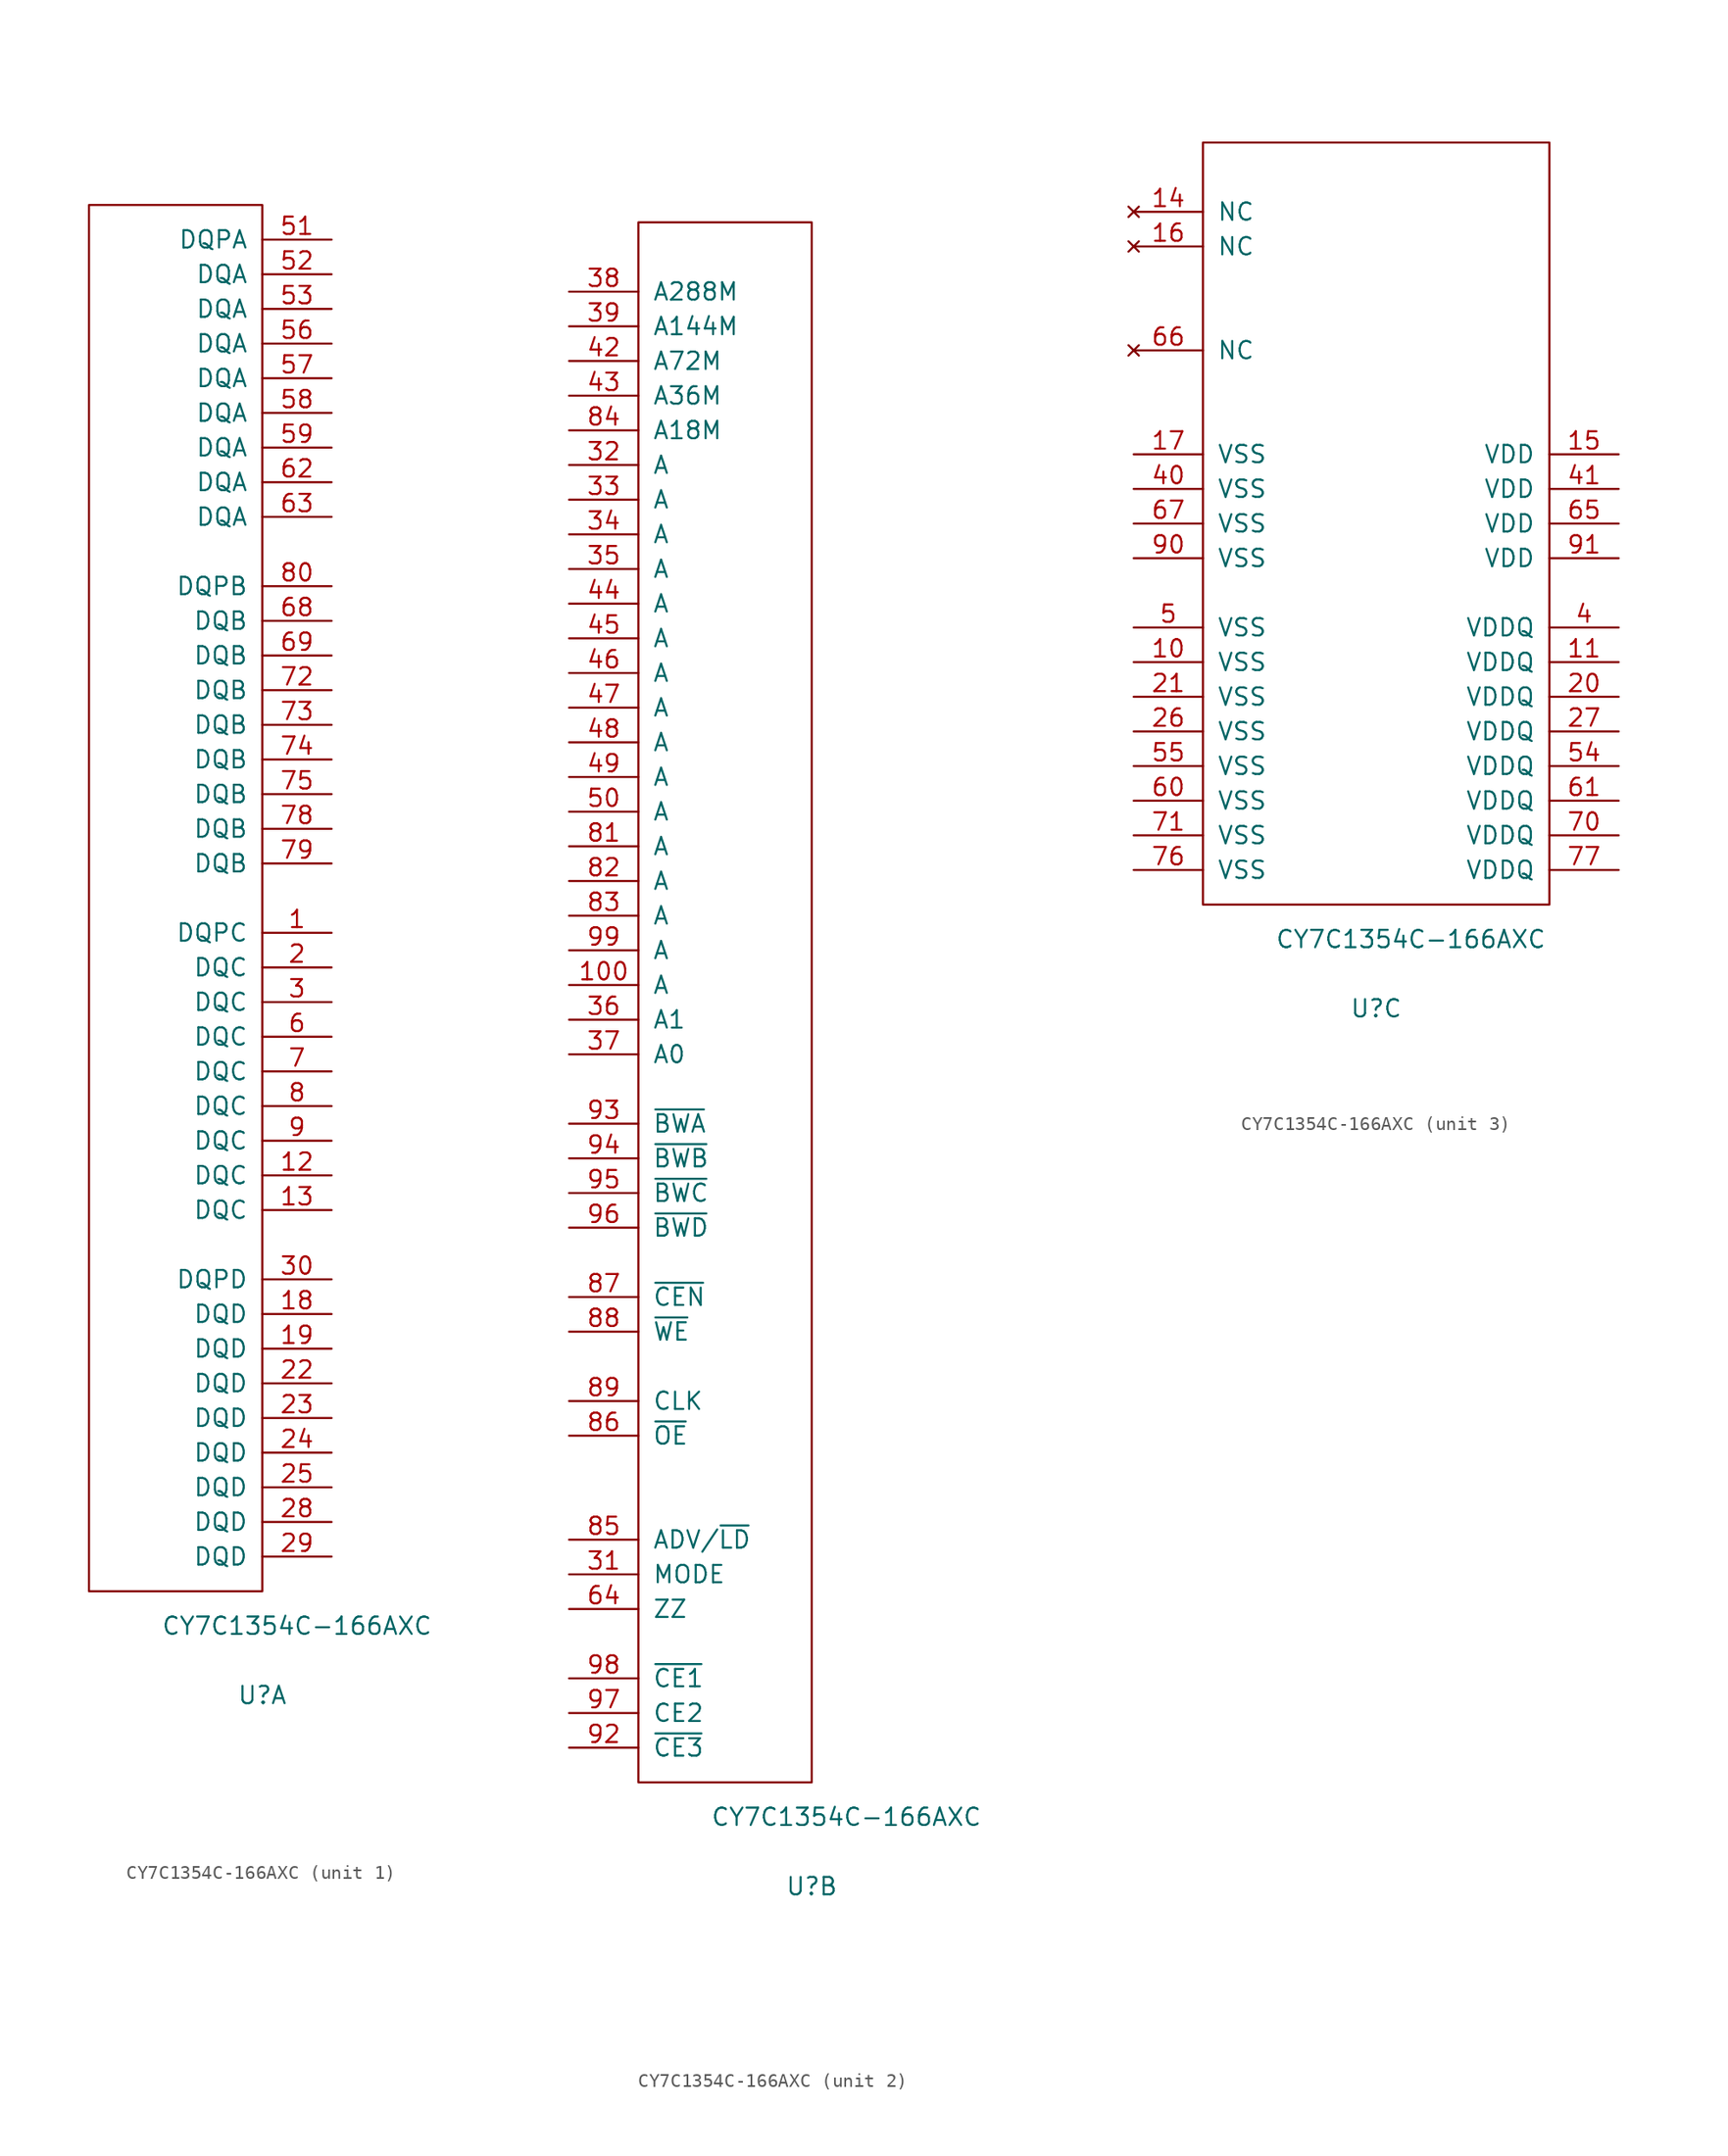
<source format=kicad_sym>
(kicad_symbol_lib
  (version 20220914)
  (generator kicad_symbol_editor)
  (symbol "CY7C1354C-166AXC"
    (pin_names
      (offset 1.016))
    (property "Reference" "U"
      (at 12.7 -7.62 0)
      (effects (font (size 1.27 1.27))))
    (property "Value" "CY7C1354C-166AXC"
      (at 15.24 -2.54 0)
      (effects (font (size 1.27 1.27))))
    (property "ki_locked" ""
      (at 0 0 0)
      (effects (font (size 1.27 1.27))))
    (symbol "CY7C1354C-166AXC_1_1"
      (rectangle (start 0 101.6) (end 12.7 0) (stroke (width 0) (type solid)) (fill (type none)))
      (pin bidirectional line (at 17.78 48.26 180) (length 5.08) (name "DQPC" (effects (font (size 1.27 1.27)))) (number "1" (effects (font (size 1.27 1.27)))))
      (pin bidirectional line (at 17.78 30.48 180) (length 5.08) (name "DQC" (effects (font (size 1.27 1.27)))) (number "12" (effects (font (size 1.27 1.27)))))
      (pin bidirectional line (at 17.78 27.94 180) (length 5.08) (name "DQC" (effects (font (size 1.27 1.27)))) (number "13" (effects (font (size 1.27 1.27)))))
      (pin bidirectional line (at 17.78 20.32 180) (length 5.08) (name "DQD" (effects (font (size 1.27 1.27)))) (number "18" (effects (font (size 1.27 1.27)))))
      (pin bidirectional line (at 17.78 17.78 180) (length 5.08) (name "DQD" (effects (font (size 1.27 1.27)))) (number "19" (effects (font (size 1.27 1.27)))))
      (pin bidirectional line (at 17.78 45.72 180) (length 5.08) (name "DQC" (effects (font (size 1.27 1.27)))) (number "2" (effects (font (size 1.27 1.27)))))
      (pin bidirectional line (at 17.78 15.24 180) (length 5.08) (name "DQD" (effects (font (size 1.27 1.27)))) (number "22" (effects (font (size 1.27 1.27)))))
      (pin bidirectional line (at 17.78 12.7 180) (length 5.08) (name "DQD" (effects (font (size 1.27 1.27)))) (number "23" (effects (font (size 1.27 1.27)))))
      (pin bidirectional line (at 17.78 10.16 180) (length 5.08) (name "DQD" (effects (font (size 1.27 1.27)))) (number "24" (effects (font (size 1.27 1.27)))))
      (pin bidirectional line (at 17.78 7.62 180) (length 5.08) (name "DQD" (effects (font (size 1.27 1.27)))) (number "25" (effects (font (size 1.27 1.27)))))
      (pin bidirectional line (at 17.78 5.08 180) (length 5.08) (name "DQD" (effects (font (size 1.27 1.27)))) (number "28" (effects (font (size 1.27 1.27)))))
      (pin bidirectional line (at 17.78 2.54 180) (length 5.08) (name "DQD" (effects (font (size 1.27 1.27)))) (number "29" (effects (font (size 1.27 1.27)))))
      (pin bidirectional line (at 17.78 43.18 180) (length 5.08) (name "DQC" (effects (font (size 1.27 1.27)))) (number "3" (effects (font (size 1.27 1.27)))))
      (pin bidirectional line (at 17.78 22.86 180) (length 5.08) (name "DQPD" (effects (font (size 1.27 1.27)))) (number "30" (effects (font (size 1.27 1.27)))))
      (pin bidirectional line (at 17.78 99.06 180) (length 5.08) (name "DQPA" (effects (font (size 1.27 1.27)))) (number "51" (effects (font (size 1.27 1.27)))))
      (pin bidirectional line (at 17.78 96.52 180) (length 5.08) (name "DQA" (effects (font (size 1.27 1.27)))) (number "52" (effects (font (size 1.27 1.27)))))
      (pin bidirectional line (at 17.78 93.98 180) (length 5.08) (name "DQA" (effects (font (size 1.27 1.27)))) (number "53" (effects (font (size 1.27 1.27)))))
      (pin bidirectional line (at 17.78 91.44 180) (length 5.08) (name "DQA" (effects (font (size 1.27 1.27)))) (number "56" (effects (font (size 1.27 1.27)))))
      (pin bidirectional line (at 17.78 88.9 180) (length 5.08) (name "DQA" (effects (font (size 1.27 1.27)))) (number "57" (effects (font (size 1.27 1.27)))))
      (pin bidirectional line (at 17.78 86.36 180) (length 5.08) (name "DQA" (effects (font (size 1.27 1.27)))) (number "58" (effects (font (size 1.27 1.27)))))
      (pin bidirectional line (at 17.78 83.82 180) (length 5.08) (name "DQA" (effects (font (size 1.27 1.27)))) (number "59" (effects (font (size 1.27 1.27)))))
      (pin bidirectional line (at 17.78 40.64 180) (length 5.08) (name "DQC" (effects (font (size 1.27 1.27)))) (number "6" (effects (font (size 1.27 1.27)))))
      (pin bidirectional line (at 17.78 81.28 180) (length 5.08) (name "DQA" (effects (font (size 1.27 1.27)))) (number "62" (effects (font (size 1.27 1.27)))))
      (pin bidirectional line (at 17.78 78.74 180) (length 5.08) (name "DQA" (effects (font (size 1.27 1.27)))) (number "63" (effects (font (size 1.27 1.27)))))
      (pin bidirectional line (at 17.78 71.12 180) (length 5.08) (name "DQB" (effects (font (size 1.27 1.27)))) (number "68" (effects (font (size 1.27 1.27)))))
      (pin bidirectional line (at 17.78 68.58 180) (length 5.08) (name "DQB" (effects (font (size 1.27 1.27)))) (number "69" (effects (font (size 1.27 1.27)))))
      (pin bidirectional line (at 17.78 38.1 180) (length 5.08) (name "DQC" (effects (font (size 1.27 1.27)))) (number "7" (effects (font (size 1.27 1.27)))))
      (pin bidirectional line (at 17.78 66.04 180) (length 5.08) (name "DQB" (effects (font (size 1.27 1.27)))) (number "72" (effects (font (size 1.27 1.27)))))
      (pin bidirectional line (at 17.78 63.5 180) (length 5.08) (name "DQB" (effects (font (size 1.27 1.27)))) (number "73" (effects (font (size 1.27 1.27)))))
      (pin bidirectional line (at 17.78 60.96 180) (length 5.08) (name "DQB" (effects (font (size 1.27 1.27)))) (number "74" (effects (font (size 1.27 1.27)))))
      (pin bidirectional line (at 17.78 58.42 180) (length 5.08) (name "DQB" (effects (font (size 1.27 1.27)))) (number "75" (effects (font (size 1.27 1.27)))))
      (pin bidirectional line (at 17.78 55.88 180) (length 5.08) (name "DQB" (effects (font (size 1.27 1.27)))) (number "78" (effects (font (size 1.27 1.27)))))
      (pin bidirectional line (at 17.78 53.34 180) (length 5.08) (name "DQB" (effects (font (size 1.27 1.27)))) (number "79" (effects (font (size 1.27 1.27)))))
      (pin bidirectional line (at 17.78 35.56 180) (length 5.08) (name "DQC" (effects (font (size 1.27 1.27)))) (number "8" (effects (font (size 1.27 1.27)))))
      (pin bidirectional line (at 17.78 73.66 180) (length 5.08) (name "DQPB" (effects (font (size 1.27 1.27)))) (number "80" (effects (font (size 1.27 1.27)))))
      (pin bidirectional line (at 17.78 33.02 180) (length 5.08) (name "DQC" (effects (font (size 1.27 1.27)))) (number "9" (effects (font (size 1.27 1.27))))))
    (symbol "CY7C1354C-166AXC_2_1"
      (rectangle (start 0 0) (end 12.7 114.3) (stroke (width 0) (type solid)) (fill (type none)))
      (pin input line (at -5.08 58.42 0) (length 5.08) (name "A" (effects (font (size 1.27 1.27)))) (number "100" (effects (font (size 1.27 1.27)))))
      (pin input line (at -5.08 15.24 0) (length 5.08) (name "MODE" (effects (font (size 1.27 1.27)))) (number "31" (effects (font (size 1.27 1.27)))))
      (pin input line (at -5.08 96.52 0) (length 5.08) (name "A" (effects (font (size 1.27 1.27)))) (number "32" (effects (font (size 1.27 1.27)))))
      (pin input line (at -5.08 93.98 0) (length 5.08) (name "A" (effects (font (size 1.27 1.27)))) (number "33" (effects (font (size 1.27 1.27)))))
      (pin input line (at -5.08 91.44 0) (length 5.08) (name "A" (effects (font (size 1.27 1.27)))) (number "34" (effects (font (size 1.27 1.27)))))
      (pin input line (at -5.08 88.9 0) (length 5.08) (name "A" (effects (font (size 1.27 1.27)))) (number "35" (effects (font (size 1.27 1.27)))))
      (pin input line (at -5.08 55.88 0) (length 5.08) (name "A1" (effects (font (size 1.27 1.27)))) (number "36" (effects (font (size 1.27 1.27)))))
      (pin input line (at -5.08 53.34 0) (length 5.08) (name "A0" (effects (font (size 1.27 1.27)))) (number "37" (effects (font (size 1.27 1.27)))))
      (pin input line (at -5.08 109.22 0) (length 5.08) (name "A288M" (effects (font (size 1.27 1.27)))) (number "38" (effects (font (size 1.27 1.27)))))
      (pin input line (at -5.08 106.68 0) (length 5.08) (name "A144M" (effects (font (size 1.27 1.27)))) (number "39" (effects (font (size 1.27 1.27)))))
      (pin input line (at -5.08 104.14 0) (length 5.08) (name "A72M" (effects (font (size 1.27 1.27)))) (number "42" (effects (font (size 1.27 1.27)))))
      (pin input line (at -5.08 101.6 0) (length 5.08) (name "A36M" (effects (font (size 1.27 1.27)))) (number "43" (effects (font (size 1.27 1.27)))))
      (pin input line (at -5.08 86.36 0) (length 5.08) (name "A" (effects (font (size 1.27 1.27)))) (number "44" (effects (font (size 1.27 1.27)))))
      (pin input line (at -5.08 83.82 0) (length 5.08) (name "A" (effects (font (size 1.27 1.27)))) (number "45" (effects (font (size 1.27 1.27)))))
      (pin input line (at -5.08 81.28 0) (length 5.08) (name "A" (effects (font (size 1.27 1.27)))) (number "46" (effects (font (size 1.27 1.27)))))
      (pin input line (at -5.08 78.74 0) (length 5.08) (name "A" (effects (font (size 1.27 1.27)))) (number "47" (effects (font (size 1.27 1.27)))))
      (pin input line (at -5.08 76.2 0) (length 5.08) (name "A" (effects (font (size 1.27 1.27)))) (number "48" (effects (font (size 1.27 1.27)))))
      (pin input line (at -5.08 73.66 0) (length 5.08) (name "A" (effects (font (size 1.27 1.27)))) (number "49" (effects (font (size 1.27 1.27)))))
      (pin input line (at -5.08 71.12 0) (length 5.08) (name "A" (effects (font (size 1.27 1.27)))) (number "50" (effects (font (size 1.27 1.27)))))
      (pin input line (at -5.08 12.7 0) (length 5.08) (name "ZZ" (effects (font (size 1.27 1.27)))) (number "64" (effects (font (size 1.27 1.27)))))
      (pin input line (at -5.08 68.58 0) (length 5.08) (name "A" (effects (font (size 1.27 1.27)))) (number "81" (effects (font (size 1.27 1.27)))))
      (pin input line (at -5.08 66.04 0) (length 5.08) (name "A" (effects (font (size 1.27 1.27)))) (number "82" (effects (font (size 1.27 1.27)))))
      (pin input line (at -5.08 63.5 0) (length 5.08) (name "A" (effects (font (size 1.27 1.27)))) (number "83" (effects (font (size 1.27 1.27)))))
      (pin input line (at -5.08 99.06 0) (length 5.08) (name "A18M" (effects (font (size 1.27 1.27)))) (number "84" (effects (font (size 1.27 1.27)))))
      (pin input line (at -5.08 17.78 0) (length 5.08) (name "ADV/~{LD}" (effects (font (size 1.27 1.27)))) (number "85" (effects (font (size 1.27 1.27)))))
      (pin input line (at -5.08 25.4 0) (length 5.08) (name "~{OE}" (effects (font (size 1.27 1.27)))) (number "86" (effects (font (size 1.27 1.27)))))
      (pin input line (at -5.08 35.56 0) (length 5.08) (name "~{CEN}" (effects (font (size 1.27 1.27)))) (number "87" (effects (font (size 1.27 1.27)))))
      (pin input line (at -5.08 33.02 0) (length 5.08) (name "~{WE}" (effects (font (size 1.27 1.27)))) (number "88" (effects (font (size 1.27 1.27)))))
      (pin input line (at -5.08 27.94 0) (length 5.08) (name "CLK" (effects (font (size 1.27 1.27)))) (number "89" (effects (font (size 1.27 1.27)))))
      (pin input line (at -5.08 2.54 0) (length 5.08) (name "~{CE3}" (effects (font (size 1.27 1.27)))) (number "92" (effects (font (size 1.27 1.27)))))
      (pin input line (at -5.08 48.26 0) (length 5.08) (name "~{BWA}" (effects (font (size 1.27 1.27)))) (number "93" (effects (font (size 1.27 1.27)))))
      (pin input line (at -5.08 45.72 0) (length 5.08) (name "~{BWB}" (effects (font (size 1.27 1.27)))) (number "94" (effects (font (size 1.27 1.27)))))
      (pin input line (at -5.08 43.18 0) (length 5.08) (name "~{BWC}" (effects (font (size 1.27 1.27)))) (number "95" (effects (font (size 1.27 1.27)))))
      (pin input line (at -5.08 40.64 0) (length 5.08) (name "~{BWD}" (effects (font (size 1.27 1.27)))) (number "96" (effects (font (size 1.27 1.27)))))
      (pin input line (at -5.08 5.08 0) (length 5.08) (name "CE2" (effects (font (size 1.27 1.27)))) (number "97" (effects (font (size 1.27 1.27)))))
      (pin input line (at -5.08 7.62 0) (length 5.08) (name "~{CE1}" (effects (font (size 1.27 1.27)))) (number "98" (effects (font (size 1.27 1.27)))))
      (pin input line (at -5.08 60.96 0) (length 5.08) (name "A" (effects (font (size 1.27 1.27)))) (number "99" (effects (font (size 1.27 1.27))))))
    (symbol "CY7C1354C-166AXC_3_1"
      (rectangle (start 0 0) (end 25.4 55.88) (stroke (width 0) (type solid)) (fill (type none)))
      (pin power_in line (at -5.08 17.78 0) (length 5.08) (name "VSS" (effects (font (size 1.27 1.27)))) (number "10" (effects (font (size 1.27 1.27)))))
      (pin power_in line (at 30.48 17.78 180) (length 5.08) (name "VDDQ" (effects (font (size 1.27 1.27)))) (number "11" (effects (font (size 1.27 1.27)))))
      (pin no_connect line (at -5.08 50.8 0) (length 5.08) (name "NC" (effects (font (size 1.27 1.27)))) (number "14" (effects (font (size 1.27 1.27)))))
      (pin power_in line (at 30.48 33.02 180) (length 5.08) (name "VDD" (effects (font (size 1.27 1.27)))) (number "15" (effects (font (size 1.27 1.27)))))
      (pin no_connect line (at -5.08 48.26 0) (length 5.08) (name "NC" (effects (font (size 1.27 1.27)))) (number "16" (effects (font (size 1.27 1.27)))))
      (pin power_in line (at -5.08 33.02 0) (length 5.08) (name "VSS" (effects (font (size 1.27 1.27)))) (number "17" (effects (font (size 1.27 1.27)))))
      (pin power_in line (at 30.48 15.24 180) (length 5.08) (name "VDDQ" (effects (font (size 1.27 1.27)))) (number "20" (effects (font (size 1.27 1.27)))))
      (pin power_in line (at -5.08 15.24 0) (length 5.08) (name "VSS" (effects (font (size 1.27 1.27)))) (number "21" (effects (font (size 1.27 1.27)))))
      (pin power_in line (at -5.08 12.7 0) (length 5.08) (name "VSS" (effects (font (size 1.27 1.27)))) (number "26" (effects (font (size 1.27 1.27)))))
      (pin power_in line (at 30.48 12.7 180) (length 5.08) (name "VDDQ" (effects (font (size 1.27 1.27)))) (number "27" (effects (font (size 1.27 1.27)))))
      (pin power_in line (at 30.48 20.32 180) (length 5.08) (name "VDDQ" (effects (font (size 1.27 1.27)))) (number "4" (effects (font (size 1.27 1.27)))))
      (pin power_in line (at -5.08 30.48 0) (length 5.08) (name "VSS" (effects (font (size 1.27 1.27)))) (number "40" (effects (font (size 1.27 1.27)))))
      (pin power_in line (at 30.48 30.48 180) (length 5.08) (name "VDD" (effects (font (size 1.27 1.27)))) (number "41" (effects (font (size 1.27 1.27)))))
      (pin power_in line (at -5.08 20.32 0) (length 5.08) (name "VSS" (effects (font (size 1.27 1.27)))) (number "5" (effects (font (size 1.27 1.27)))))
      (pin power_in line (at 30.48 10.16 180) (length 5.08) (name "VDDQ" (effects (font (size 1.27 1.27)))) (number "54" (effects (font (size 1.27 1.27)))))
      (pin power_in line (at -5.08 10.16 0) (length 5.08) (name "VSS" (effects (font (size 1.27 1.27)))) (number "55" (effects (font (size 1.27 1.27)))))
      (pin power_in line (at -5.08 7.62 0) (length 5.08) (name "VSS" (effects (font (size 1.27 1.27)))) (number "60" (effects (font (size 1.27 1.27)))))
      (pin power_in line (at 30.48 7.62 180) (length 5.08) (name "VDDQ" (effects (font (size 1.27 1.27)))) (number "61" (effects (font (size 1.27 1.27)))))
      (pin power_in line (at 30.48 27.94 180) (length 5.08) (name "VDD" (effects (font (size 1.27 1.27)))) (number "65" (effects (font (size 1.27 1.27)))))
      (pin no_connect line (at -5.08 40.64 0) (length 5.08) (name "NC" (effects (font (size 1.27 1.27)))) (number "66" (effects (font (size 1.27 1.27)))))
      (pin power_in line (at -5.08 27.94 0) (length 5.08) (name "VSS" (effects (font (size 1.27 1.27)))) (number "67" (effects (font (size 1.27 1.27)))))
      (pin power_in line (at 30.48 5.08 180) (length 5.08) (name "VDDQ" (effects (font (size 1.27 1.27)))) (number "70" (effects (font (size 1.27 1.27)))))
      (pin power_in line (at -5.08 5.08 0) (length 5.08) (name "VSS" (effects (font (size 1.27 1.27)))) (number "71" (effects (font (size 1.27 1.27)))))
      (pin power_in line (at -5.08 2.54 0) (length 5.08) (name "VSS" (effects (font (size 1.27 1.27)))) (number "76" (effects (font (size 1.27 1.27)))))
      (pin power_in line (at 30.48 2.54 180) (length 5.08) (name "VDDQ" (effects (font (size 1.27 1.27)))) (number "77" (effects (font (size 1.27 1.27)))))
      (pin power_in line (at -5.08 25.4 0) (length 5.08) (name "VSS" (effects (font (size 1.27 1.27)))) (number "90" (effects (font (size 1.27 1.27)))))
      (pin power_in line (at 30.48 25.4 180) (length 5.08) (name "VDD" (effects (font (size 1.27 1.27)))) (number "91" (effects (font (size 1.27 1.27))))))))
</source>
